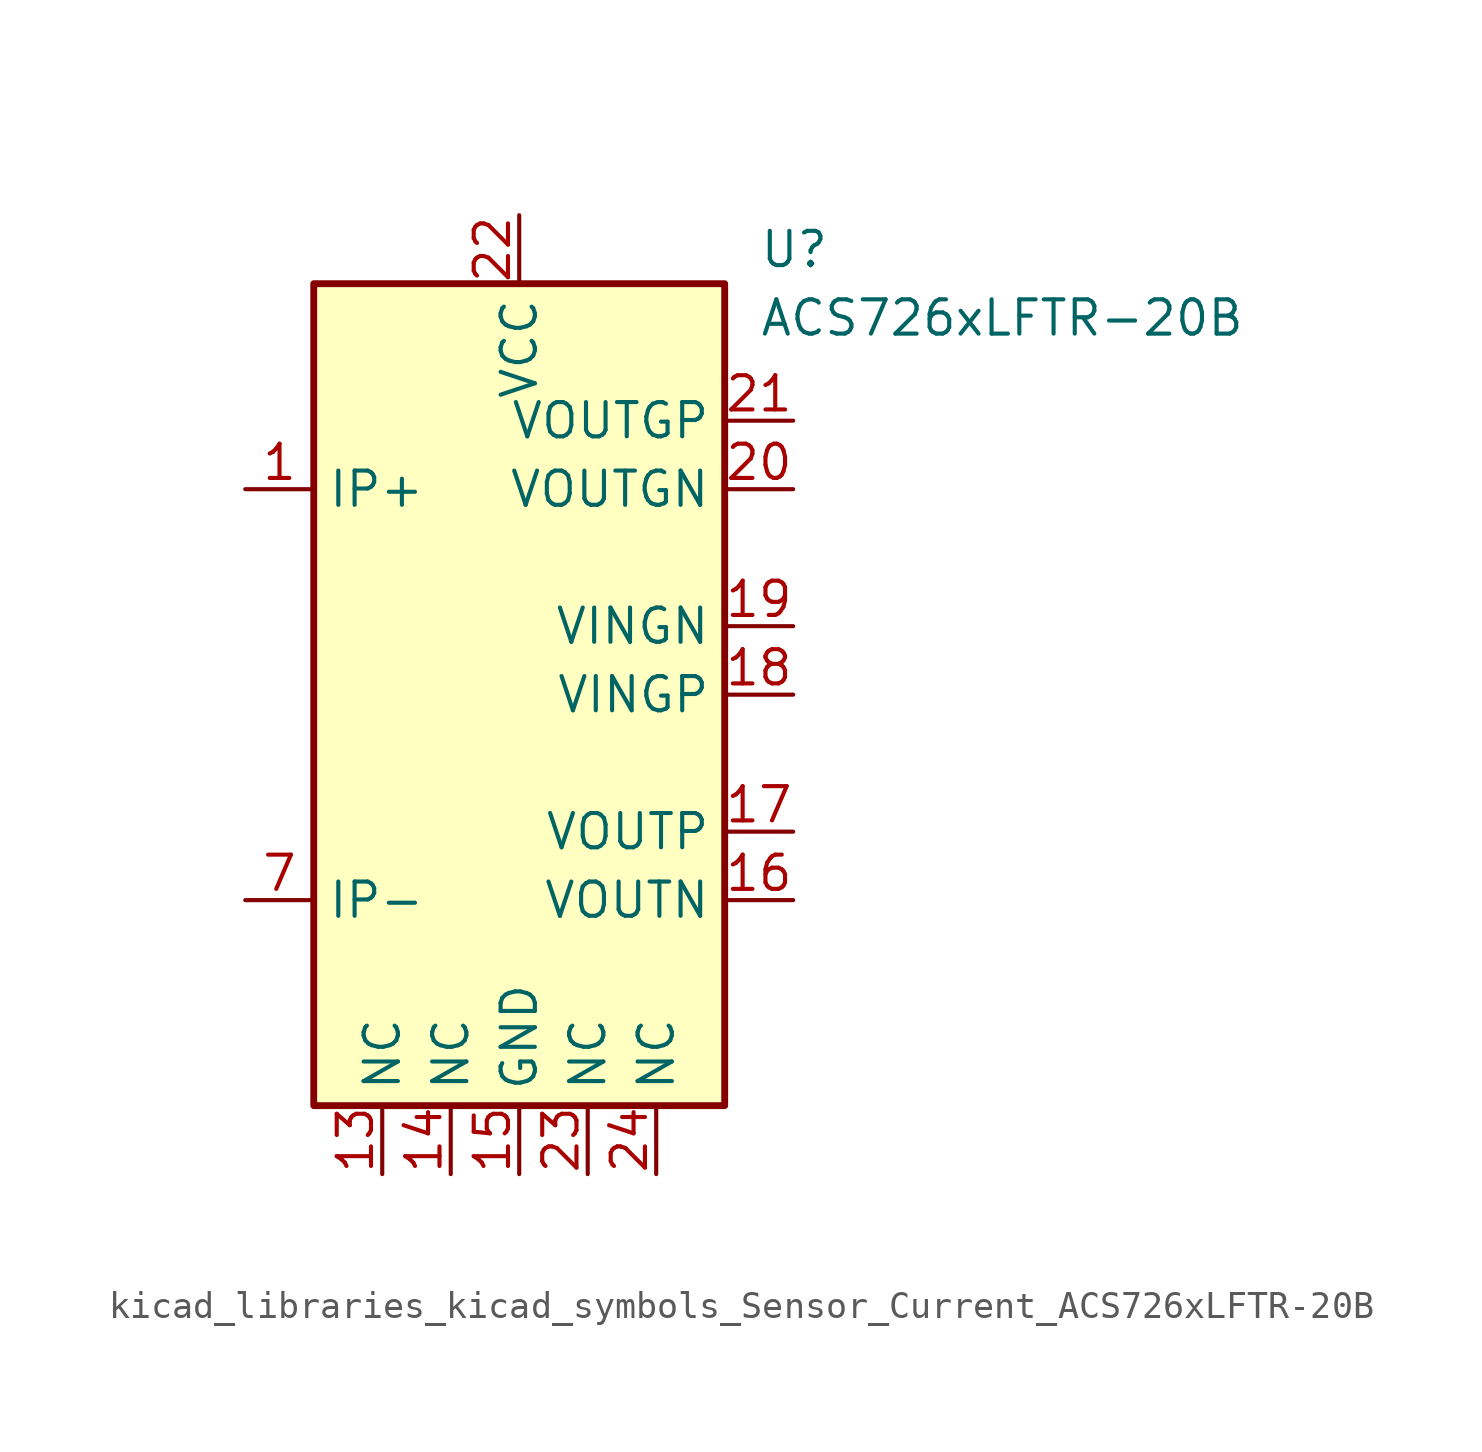
<source format=kicad_sym>
(kicad_symbol_lib
  (version 20220914)
  (generator kicad_symbol_editor)
  (symbol "kicad_libraries_kicad_symbols_Sensor_Current_ACS726xLFTR-20B"
    (property "Reference" "U"
      (at 8.89 16.51 0)
      (effects (font (size 1.27 1.27)) (justify left)))
    (property "Value" "ACS726xLFTR-20B"
      (at 8.89 13.97 0)
      (effects (font (size 1.27 1.27)) (justify left)))
    (symbol "kicad_libraries_kicad_symbols_Sensor_Current_ACS726xLFTR-20B_0_1"
      (rectangle (start -7.62 15.24) (end 7.62 -15.24) (stroke (width 0.254) (type default)) (fill (type background))))
    (symbol "kicad_libraries_kicad_symbols_Sensor_Current_ACS726xLFTR-20B_1_1"
      (pin passive line (at -10.16 7.62 0) (length 2.54) (name "IP+" (effects (font (size 1.27 1.27)))) (number "1" (effects (font (size 1.27 1.27)))))
      (pin passive line (at -10.16 -7.62 0) (length 2.54) hide (name "IP-" (effects (font (size 1.27 1.27)))) (number "10" (effects (font (size 1.27 1.27)))))
      (pin passive line (at -10.16 -7.62 0) (length 2.54) hide (name "IP-" (effects (font (size 1.27 1.27)))) (number "11" (effects (font (size 1.27 1.27)))))
      (pin passive line (at -10.16 -7.62 0) (length 2.54) hide (name "IP-" (effects (font (size 1.27 1.27)))) (number "12" (effects (font (size 1.27 1.27)))))
      (pin passive line (at -5.08 -17.78 90) (length 2.54) (name "NC" (effects (font (size 1.27 1.27)))) (number "13" (effects (font (size 1.27 1.27)))))
      (pin passive line (at -2.54 -17.78 90) (length 2.54) (name "NC" (effects (font (size 1.27 1.27)))) (number "14" (effects (font (size 1.27 1.27)))))
      (pin power_in line (at 0 -17.78 90) (length 2.54) (name "GND" (effects (font (size 1.27 1.27)))) (number "15" (effects (font (size 1.27 1.27)))))
      (pin output line (at 10.16 -7.62 180) (length 2.54) (name "VOUTN" (effects (font (size 1.27 1.27)))) (number "16" (effects (font (size 1.27 1.27)))))
      (pin output line (at 10.16 -5.08 180) (length 2.54) (name "VOUTP" (effects (font (size 1.27 1.27)))) (number "17" (effects (font (size 1.27 1.27)))))
      (pin input line (at 10.16 0 180) (length 2.54) (name "VINGP" (effects (font (size 1.27 1.27)))) (number "18" (effects (font (size 1.27 1.27)))))
      (pin input line (at 10.16 2.54 180) (length 2.54) (name "VINGN" (effects (font (size 1.27 1.27)))) (number "19" (effects (font (size 1.27 1.27)))))
      (pin passive line (at -10.16 7.62 0) (length 2.54) hide (name "IP+" (effects (font (size 1.27 1.27)))) (number "2" (effects (font (size 1.27 1.27)))))
      (pin output line (at 10.16 7.62 180) (length 2.54) (name "VOUTGN" (effects (font (size 1.27 1.27)))) (number "20" (effects (font (size 1.27 1.27)))))
      (pin output line (at 10.16 10.16 180) (length 2.54) (name "VOUTGP" (effects (font (size 1.27 1.27)))) (number "21" (effects (font (size 1.27 1.27)))))
      (pin power_in line (at 0 17.78 270) (length 2.54) (name "VCC" (effects (font (size 1.27 1.27)))) (number "22" (effects (font (size 1.27 1.27)))))
      (pin passive line (at 2.54 -17.78 90) (length 2.54) (name "NC" (effects (font (size 1.27 1.27)))) (number "23" (effects (font (size 1.27 1.27)))))
      (pin passive line (at 5.08 -17.78 90) (length 2.54) (name "NC" (effects (font (size 1.27 1.27)))) (number "24" (effects (font (size 1.27 1.27)))))
      (pin passive line (at -10.16 7.62 0) (length 2.54) hide (name "IP+" (effects (font (size 1.27 1.27)))) (number "3" (effects (font (size 1.27 1.27)))))
      (pin passive line (at -10.16 7.62 0) (length 2.54) hide (name "IP+" (effects (font (size 1.27 1.27)))) (number "4" (effects (font (size 1.27 1.27)))))
      (pin passive line (at -10.16 7.62 0) (length 2.54) hide (name "IP+" (effects (font (size 1.27 1.27)))) (number "5" (effects (font (size 1.27 1.27)))))
      (pin passive line (at -10.16 7.62 0) (length 2.54) hide (name "IP+" (effects (font (size 1.27 1.27)))) (number "6" (effects (font (size 1.27 1.27)))))
      (pin passive line (at -10.16 -7.62 0) (length 2.54) (name "IP-" (effects (font (size 1.27 1.27)))) (number "7" (effects (font (size 1.27 1.27)))))
      (pin passive line (at -10.16 -7.62 0) (length 2.54) hide (name "IP-" (effects (font (size 1.27 1.27)))) (number "8" (effects (font (size 1.27 1.27)))))
      (pin passive line (at -10.16 -7.62 0) (length 2.54) hide (name "IP-" (effects (font (size 1.27 1.27)))) (number "9" (effects (font (size 1.27 1.27))))))))
</source>
